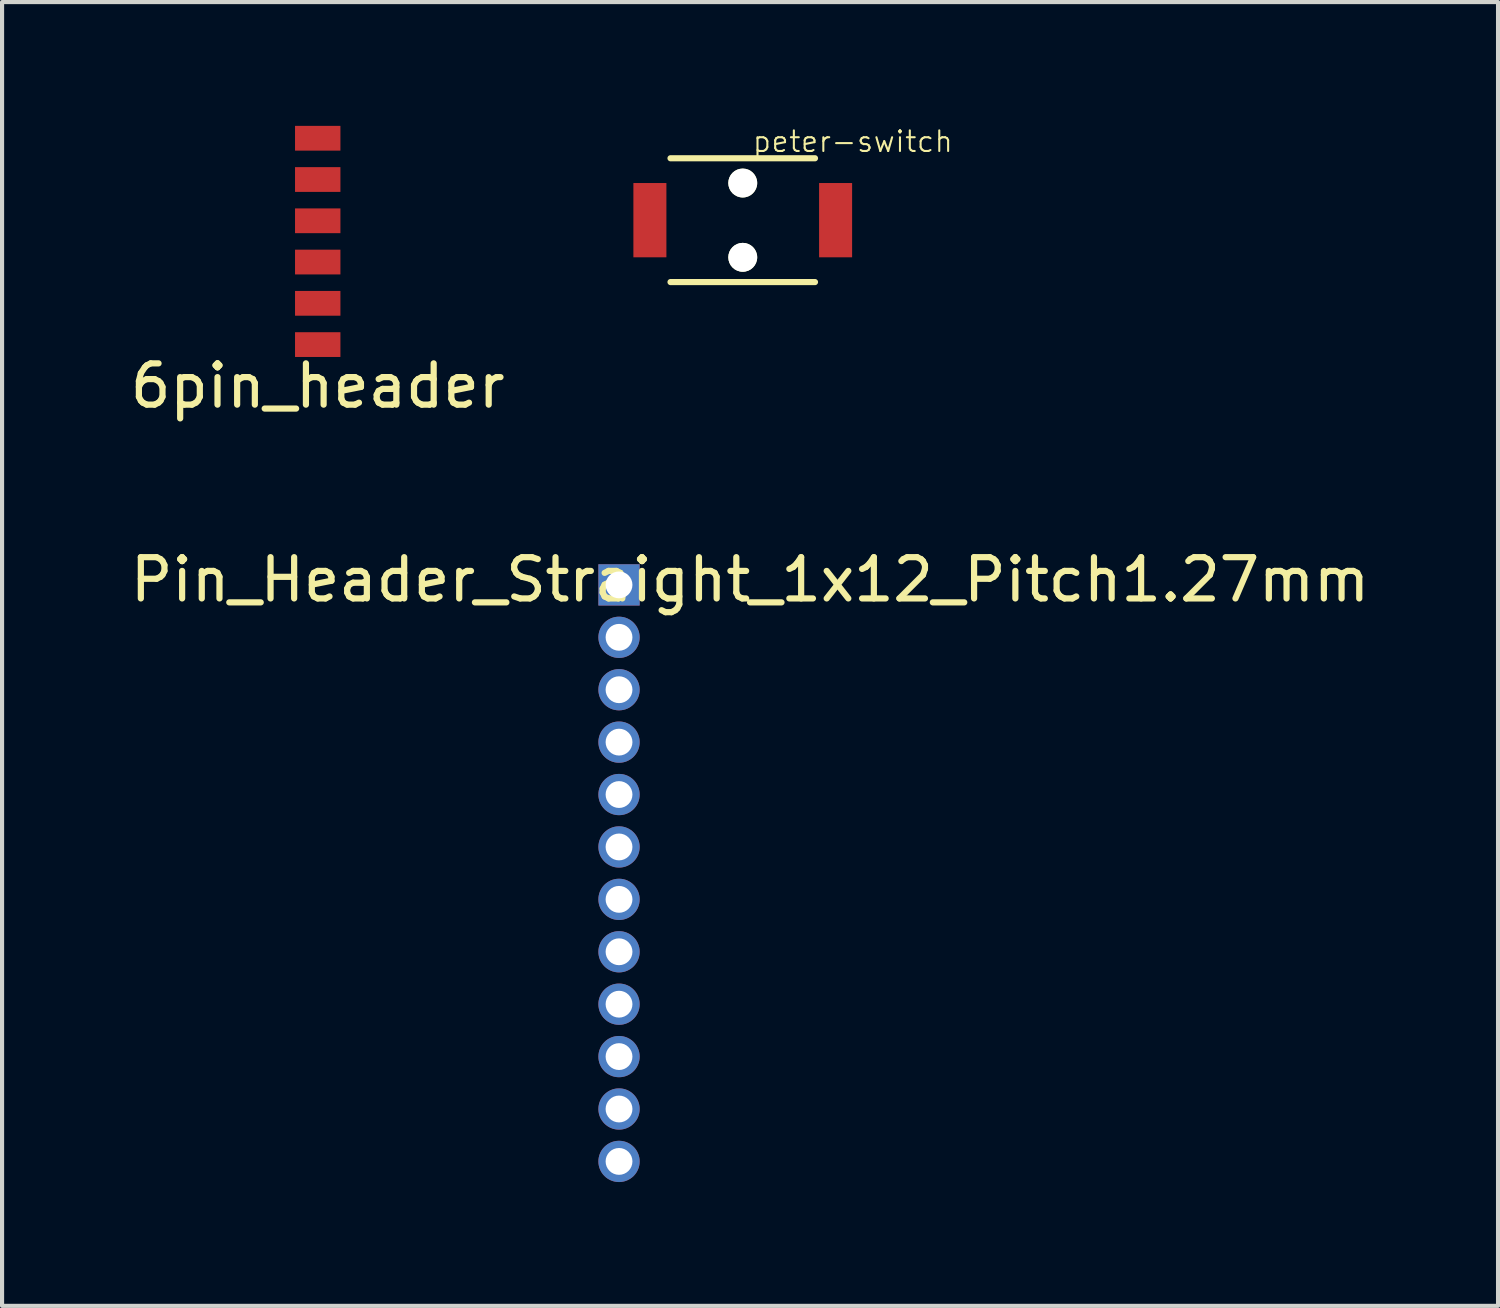
<source format=kicad_pcb>
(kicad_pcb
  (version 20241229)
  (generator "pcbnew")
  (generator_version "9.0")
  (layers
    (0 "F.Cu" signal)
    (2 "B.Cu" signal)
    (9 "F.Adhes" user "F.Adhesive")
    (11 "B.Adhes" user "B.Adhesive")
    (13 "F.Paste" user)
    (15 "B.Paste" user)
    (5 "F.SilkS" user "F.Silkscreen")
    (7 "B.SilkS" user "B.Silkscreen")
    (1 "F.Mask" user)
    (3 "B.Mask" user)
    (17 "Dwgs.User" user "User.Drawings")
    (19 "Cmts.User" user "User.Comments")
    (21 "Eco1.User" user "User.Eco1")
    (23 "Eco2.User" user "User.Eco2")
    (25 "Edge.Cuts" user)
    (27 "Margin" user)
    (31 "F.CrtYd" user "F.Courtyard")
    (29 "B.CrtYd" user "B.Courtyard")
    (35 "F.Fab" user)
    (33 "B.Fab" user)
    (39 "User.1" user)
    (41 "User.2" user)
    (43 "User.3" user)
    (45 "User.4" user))
  (footprint "6pin_header"
    (layer "F.Cu")
    (at 4.649 2.3)
    (property "Reference" "6pin_header" (at 0 4 0) (layer "F.SilkS") (effects (font (size 1 1) (thickness 0.15))))
    (attr through_hole)
    (pad "1" smd rect (at 0 -2) (size 1.1 0.6) (layers "F.Cu" "F.Mask" "F.Paste"))
    (pad "2" smd rect (at 0 -1) (size 1.1 0.6) (layers "F.Cu" "F.Mask" "F.Paste"))
    (pad "3" smd rect (at 0 0) (size 1.1 0.6) (layers "F.Cu" "F.Mask" "F.Paste"))
    (pad "4" smd rect (at 0 1) (size 1.1 0.6) (layers "F.Cu" "F.Mask" "F.Paste"))
    (pad "5" smd rect (at 0 2) (size 1.1 0.6) (layers "F.Cu" "F.Mask" "F.Paste"))
    (pad "6" smd rect (at 0 3) (size 1.1 0.6) (layers "F.Cu" "F.Mask" "F.Paste")))
  (footprint "Pin_Header_Straight_1x12_Pitch1.27mm"
    (layer "F.Cu")
    (at 11.95 11.123)
    (property "Reference" "Pin_Header_Straight_1x12_Pitch1.27mm" (at 3.175 -0.127 0) (layer "F.SilkS") (effects (font (size 1 1) (thickness 0.15))))
    (attr through_hole)
    (pad "1" thru_hole rect (at 0 0) (size 1 1) (drill 0.65) (layers "*.Cu" "*.Mask"))
    (pad "2" thru_hole oval (at 0 1.27) (size 1 1) (drill 0.65) (layers "*.Cu" "*.Mask"))
    (pad "3" thru_hole oval (at 0 2.54) (size 1 1) (drill 0.65) (layers "*.Cu" "*.Mask"))
    (pad "4" thru_hole oval (at 0 3.81) (size 1 1) (drill 0.65) (layers "*.Cu" "*.Mask"))
    (pad "5" thru_hole oval (at 0 5.08) (size 1 1) (drill 0.65) (layers "*.Cu" "*.Mask"))
    (pad "6" thru_hole oval (at 0 6.35) (size 1 1) (drill 0.65) (layers "*.Cu" "*.Mask"))
    (pad "7" thru_hole oval (at 0 7.62) (size 1 1) (drill 0.65) (layers "*.Cu" "*.Mask"))
    (pad "8" thru_hole oval (at 0 8.89) (size 1 1) (drill 0.65) (layers "*.Cu" "*.Mask"))
    (pad "9" thru_hole oval (at 0 10.16) (size 1 1) (drill 0.65) (layers "*.Cu" "*.Mask"))
    (pad "10" thru_hole oval (at 0 11.43) (size 1 1) (drill 0.65) (layers "*.Cu" "*.Mask"))
    (pad "11" thru_hole oval (at 0 12.7) (size 1 1) (drill 0.65) (layers "*.Cu" "*.Mask"))
    (pad "12" thru_hole oval (at 0 13.97) (size 1 1) (drill 0.65) (layers "*.Cu" "*.Mask")))
  (footprint "peter-switch"
    (layer "F.Cu")
    (at 14.948 2.285)
    (property "Reference" "peter-switch" (at 2.667 -1.905 180) (layer "F.SilkS") (effects (font (size 0.5 0.5) (thickness 0.05))))
    (attr through_hole)
    (fp_line (start -1.75 -1.5) (end 1.75 -1.5) (stroke (width 0.15) (type solid)) (layer "F.SilkS"))
    (fp_line (start -1.75 1.5) (end 1.75 1.5) (stroke (width 0.15) (type solid)) (layer "F.SilkS"))
    (pad "" np_thru_hole circle (at 0 -0.9) (size 0.7 0.7) (drill 0.7) (layers "*.Cu" "*.Mask" "F.SilkS"))
    (pad "" np_thru_hole circle (at 0 0.9) (size 0.7 0.7) (drill 0.7) (layers "*.Cu" "*.Mask" "F.SilkS"))
    (pad "1" smd rect (at -2.25 0) (size 0.8 1.8) (layers "F.Cu" "F.Mask" "F.Paste"))
    (pad "2" smd rect (at 2.25 0) (size 0.8 1.8) (layers "F.Cu" "F.Mask" "F.Paste")))
  (gr_rect
    (start -3 -3)
    (end 33.25 28.593)
    (stroke (width 0.1) (type default))
    (fill no)
    (layer "Edge.Cuts")))
</source>
